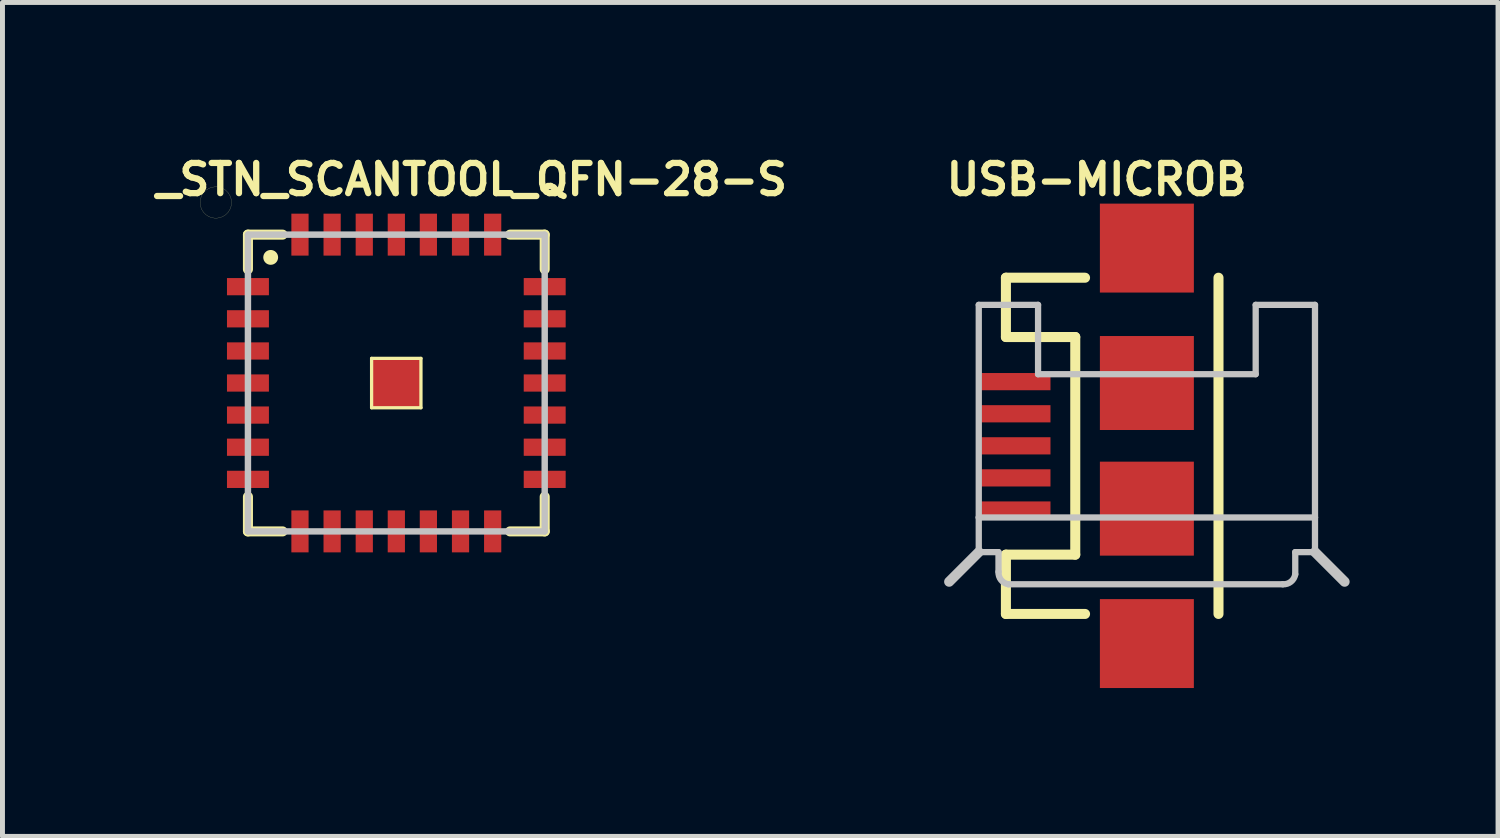
<source format=kicad_pcb>
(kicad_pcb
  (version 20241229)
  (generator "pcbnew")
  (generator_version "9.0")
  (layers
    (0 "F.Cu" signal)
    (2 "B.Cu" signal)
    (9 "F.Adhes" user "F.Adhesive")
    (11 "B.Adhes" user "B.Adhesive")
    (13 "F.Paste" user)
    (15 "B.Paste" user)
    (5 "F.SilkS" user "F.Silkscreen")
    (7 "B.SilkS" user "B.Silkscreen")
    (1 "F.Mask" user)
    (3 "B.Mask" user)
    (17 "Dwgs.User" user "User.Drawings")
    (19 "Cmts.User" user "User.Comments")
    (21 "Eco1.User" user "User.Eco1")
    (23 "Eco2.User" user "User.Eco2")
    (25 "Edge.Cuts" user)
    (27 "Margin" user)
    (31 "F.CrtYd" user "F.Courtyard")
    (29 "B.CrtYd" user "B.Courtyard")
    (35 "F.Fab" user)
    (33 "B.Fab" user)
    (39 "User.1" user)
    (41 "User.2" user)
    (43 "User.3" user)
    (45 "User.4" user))
  (footprint "_STN_SCANTOOL_QFN-28-S"
    (layer "F.Cu")
    (at 4.963 4.694)
    (property "Reference" "_STN_SCANTOOL_QFN-28-S" (at 1.524 -4.115 0) (layer "F.SilkS") (effects (font (size 0.61 0.61) (thickness 0.127))))
    (attr smd)
    (fp_line (start -3.967 -3.65) (end -3.96 -3.579) (stroke (width 0.003) (type solid)) (layer "F.SilkS"))
    (fp_line (start -3.96 -3.721) (end -3.967 -3.65) (stroke (width 0.003) (type solid)) (layer "F.SilkS"))
    (fp_line (start -3.96 -3.579) (end -3.937 -3.513) (stroke (width 0.003) (type solid)) (layer "F.SilkS"))
    (fp_line (start -3.937 -3.787) (end -3.96 -3.721) (stroke (width 0.003) (type solid)) (layer "F.SilkS"))
    (fp_line (start -3.937 -3.513) (end -3.899 -3.452) (stroke (width 0.003) (type solid)) (layer "F.SilkS"))
    (fp_line (start -3.899 -3.848) (end -3.937 -3.787) (stroke (width 0.003) (type solid)) (layer "F.SilkS"))
    (fp_line (start -3.899 -3.452) (end -3.848 -3.401) (stroke (width 0.003) (type solid)) (layer "F.SilkS"))
    (fp_line (start -3.848 -3.899) (end -3.899 -3.848) (stroke (width 0.003) (type solid)) (layer "F.SilkS"))
    (fp_line (start -3.848 -3.401) (end -3.787 -3.363) (stroke (width 0.003) (type solid)) (layer "F.SilkS"))
    (fp_line (start -3.787 -3.937) (end -3.848 -3.899) (stroke (width 0.003) (type solid)) (layer "F.SilkS"))
    (fp_line (start -3.787 -3.363) (end -3.721 -3.34) (stroke (width 0.003) (type solid)) (layer "F.SilkS"))
    (fp_line (start -3.721 -3.96) (end -3.787 -3.937) (stroke (width 0.003) (type solid)) (layer "F.SilkS"))
    (fp_line (start -3.721 -3.34) (end -3.65 -3.332) (stroke (width 0.003) (type solid)) (layer "F.SilkS"))
    (fp_line (start -3.65 -3.967) (end -3.721 -3.96) (stroke (width 0.003) (type solid)) (layer "F.SilkS"))
    (fp_line (start -3.65 -3.332) (end -3.579 -3.34) (stroke (width 0.003) (type solid)) (layer "F.SilkS"))
    (fp_line (start -3.579 -3.96) (end -3.65 -3.967) (stroke (width 0.003) (type solid)) (layer "F.SilkS"))
    (fp_line (start -3.579 -3.34) (end -3.513 -3.363) (stroke (width 0.003) (type solid)) (layer "F.SilkS"))
    (fp_line (start -3.513 -3.937) (end -3.579 -3.96) (stroke (width 0.003) (type solid)) (layer "F.SilkS"))
    (fp_line (start -3.513 -3.363) (end -3.452 -3.401) (stroke (width 0.003) (type solid)) (layer "F.SilkS"))
    (fp_line (start -3.452 -3.899) (end -3.513 -3.937) (stroke (width 0.003) (type solid)) (layer "F.SilkS"))
    (fp_line (start -3.452 -3.401) (end -3.401 -3.452) (stroke (width 0.003) (type solid)) (layer "F.SilkS"))
    (fp_line (start -3.401 -3.848) (end -3.452 -3.899) (stroke (width 0.003) (type solid)) (layer "F.SilkS"))
    (fp_line (start -3.401 -3.452) (end -3.363 -3.513) (stroke (width 0.003) (type solid)) (layer "F.SilkS"))
    (fp_line (start -3.363 -3.787) (end -3.401 -3.848) (stroke (width 0.003) (type solid)) (layer "F.SilkS"))
    (fp_line (start -3.363 -3.513) (end -3.34 -3.579) (stroke (width 0.003) (type solid)) (layer "F.SilkS"))
    (fp_line (start -3.34 -3.721) (end -3.363 -3.787) (stroke (width 0.003) (type solid)) (layer "F.SilkS"))
    (fp_line (start -3.34 -3.579) (end -3.332 -3.65) (stroke (width 0.003) (type solid)) (layer "F.SilkS"))
    (fp_line (start -3.332 -3.65) (end -3.34 -3.721) (stroke (width 0.003) (type solid)) (layer "F.SilkS"))
    (fp_line (start -3 -3) (end -2.299 -3) (stroke (width 0.203) (type solid)) (layer "F.SilkS"))
    (fp_line (start -3 -2.299) (end -3 -3) (stroke (width 0.203) (type solid)) (layer "F.SilkS"))
    (fp_line (start -3 3) (end -3 2.299) (stroke (width 0.203) (type solid)) (layer "F.SilkS"))
    (fp_line (start -2.299 3) (end -3 3) (stroke (width 0.203) (type solid)) (layer "F.SilkS"))
    (fp_line (start -0.5 -0.498) (end 0.498 -0.498) (stroke (width 0.066) (type solid)) (layer "F.SilkS"))
    (fp_line (start -0.5 0.5) (end -0.5 -0.498) (stroke (width 0.066) (type solid)) (layer "F.SilkS"))
    (fp_line (start -0.5 0.5) (end 0.498 0.5) (stroke (width 0.066) (type solid)) (layer "F.SilkS"))
    (fp_line (start 0.498 0.5) (end 0.498 -0.498) (stroke (width 0.066) (type solid)) (layer "F.SilkS"))
    (fp_line (start 2.299 -3) (end 3 -3) (stroke (width 0.203) (type solid)) (layer "F.SilkS"))
    (fp_line (start 3 -3) (end 3 -2.299) (stroke (width 0.203) (type solid)) (layer "F.SilkS"))
    (fp_line (start 3 2.299) (end 3 3) (stroke (width 0.203) (type solid)) (layer "F.SilkS"))
    (fp_line (start 3 3) (end 2.299 3) (stroke (width 0.203) (type solid)) (layer "F.SilkS"))
    (fp_circle (center -2.54 -2.54) (end -2.54 -2.69) (stroke (width 0) (type solid)) (fill yes) (layer "F.SilkS"))
    (fp_line (start -3 -3) (end -3 3) (stroke (width 0.13) (type solid)) (layer "Dwgs.User"))
    (fp_line (start -3 3) (end 3 3) (stroke (width 0.13) (type solid)) (layer "Dwgs.User"))
    (fp_line (start 3 -3) (end -3 -3) (stroke (width 0.13) (type solid)) (layer "Dwgs.User"))
    (fp_line (start 3 3) (end 3 -3) (stroke (width 0.13) (type solid)) (layer "Dwgs.User"))
    (fp_line (start -2.339 -2.37) (end 2.36 -2.37) (stroke (width 0.066) (type solid)) (layer "Eco2.User"))
    (fp_line (start -2.339 2.329) (end -2.339 -2.37) (stroke (width 0.066) (type solid)) (layer "Eco2.User"))
    (fp_line (start -2.339 2.329) (end 2.36 2.329) (stroke (width 0.066) (type solid)) (layer "Eco2.User"))
    (fp_line (start 2.36 2.329) (end 2.36 -2.37) (stroke (width 0.066) (type solid)) (layer "Eco2.User"))
    (pad "1" smd rect (at -3 -1.948) (size 0.848 0.348) (layers "F.Cu" "F.Mask" "F.Paste"))
    (pad "2" smd rect (at -3 -1.298) (size 0.848 0.348) (layers "F.Cu" "F.Mask" "F.Paste"))
    (pad "3" smd rect (at -3 -0.648) (size 0.848 0.348) (layers "F.Cu" "F.Mask" "F.Paste"))
    (pad "4" smd rect (at -3 0) (size 0.848 0.348) (layers "F.Cu" "F.Mask" "F.Paste"))
    (pad "5" smd rect (at -3 0.648) (size 0.848 0.348) (layers "F.Cu" "F.Mask" "F.Paste"))
    (pad "6" smd rect (at -3 1.298) (size 0.848 0.348) (layers "F.Cu" "F.Mask" "F.Paste"))
    (pad "7" smd rect (at -3 1.948) (size 0.848 0.348) (layers "F.Cu" "F.Mask" "F.Paste"))
    (pad "8" smd rect (at -1.948 3) (size 0.348 0.848) (layers "F.Cu" "F.Mask" "F.Paste"))
    (pad "9" smd rect (at -1.298 3) (size 0.348 0.848) (layers "F.Cu" "F.Mask" "F.Paste"))
    (pad "10" smd rect (at -0.648 3) (size 0.348 0.848) (layers "F.Cu" "F.Mask" "F.Paste"))
    (pad "11" smd rect (at 0 3) (size 0.348 0.848) (layers "F.Cu" "F.Mask" "F.Paste"))
    (pad "12" smd rect (at 0.648 3) (size 0.348 0.848) (layers "F.Cu" "F.Mask" "F.Paste"))
    (pad "13" smd rect (at 1.298 3) (size 0.348 0.848) (layers "F.Cu" "F.Mask" "F.Paste"))
    (pad "14" smd rect (at 1.948 3) (size 0.348 0.848) (layers "F.Cu" "F.Mask" "F.Paste"))
    (pad "15" smd rect (at 3 1.948) (size 0.848 0.348) (layers "F.Cu" "F.Mask" "F.Paste"))
    (pad "16" smd rect (at 3 1.298) (size 0.848 0.348) (layers "F.Cu" "F.Mask" "F.Paste"))
    (pad "17" smd rect (at 3 0.648) (size 0.848 0.348) (layers "F.Cu" "F.Mask" "F.Paste"))
    (pad "18" smd rect (at 3 0) (size 0.848 0.348) (layers "F.Cu" "F.Mask" "F.Paste"))
    (pad "19" smd rect (at 3 -0.648) (size 0.848 0.348) (layers "F.Cu" "F.Mask" "F.Paste"))
    (pad "20" smd rect (at 3 -1.298) (size 0.848 0.348) (layers "F.Cu" "F.Mask" "F.Paste"))
    (pad "21" smd rect (at 3 -1.948) (size 0.848 0.348) (layers "F.Cu" "F.Mask" "F.Paste"))
    (pad "22" smd rect (at 1.948 -3) (size 0.348 0.848) (layers "F.Cu" "F.Mask" "F.Paste"))
    (pad "23" smd rect (at 1.298 -3) (size 0.348 0.848) (layers "F.Cu" "F.Mask" "F.Paste"))
    (pad "24" smd rect (at 0.648 -3) (size 0.348 0.848) (layers "F.Cu" "F.Mask" "F.Paste"))
    (pad "25" smd rect (at 0 -3) (size 0.348 0.848) (layers "F.Cu" "F.Mask" "F.Paste"))
    (pad "26" smd rect (at -0.648 -3) (size 0.348 0.848) (layers "F.Cu" "F.Mask" "F.Paste"))
    (pad "27" smd rect (at -1.298 -3) (size 0.348 0.848) (layers "F.Cu" "F.Mask" "F.Paste"))
    (pad "28" smd rect (at -1.948 -3) (size 0.348 0.848) (layers "F.Cu" "F.Mask" "F.Paste"))
    (pad "EXP" smd rect (at 0 0) (size 0.998 0.998) (layers "F.Cu" "F.Mask" "F.Paste")))
  (footprint "USB-MICROB"
    (layer "F.Cu")
    (at 20.138 5.964)
    (property "Reference" "USB-MICROB" (at -1.016 -5.385 0) (layer "F.SilkS") (effects (font (size 0.61 0.61) (thickness 0.127))))
    (attr smd)
    (fp_line (start -2.85 -3.399) (end -2.85 -2.2) (stroke (width 0.203) (type solid)) (layer "F.SilkS"))
    (fp_line (start -2.85 2.2) (end -1.448 2.2) (stroke (width 0.203) (type solid)) (layer "F.SilkS"))
    (fp_line (start -2.85 3.399) (end -2.85 2.2) (stroke (width 0.203) (type solid)) (layer "F.SilkS"))
    (fp_line (start -1.448 -2.2) (end -2.85 -2.2) (stroke (width 0.203) (type solid)) (layer "F.SilkS"))
    (fp_line (start -1.448 2.2) (end -1.448 -2.2) (stroke (width 0.203) (type solid)) (layer "F.SilkS"))
    (fp_line (start -1.25 -3.399) (end -2.85 -3.399) (stroke (width 0.203) (type solid)) (layer "F.SilkS"))
    (fp_line (start -1.25 3.399) (end -2.85 3.399) (stroke (width 0.203) (type solid)) (layer "F.SilkS"))
    (fp_line (start 1.448 3.399) (end 1.448 -3.399) (stroke (width 0.203) (type solid)) (layer "F.SilkS"))
    (fp_line (start -3.399 -2.85) (end -2.2 -2.85) (stroke (width 0.127) (type solid)) (layer "Dwgs.User"))
    (fp_line (start -3.399 1.448) (end -3.399 -2.85) (stroke (width 0.127) (type solid)) (layer "Dwgs.User"))
    (fp_line (start -3.399 1.448) (end 3.399 1.448) (stroke (width 0.127) (type solid)) (layer "Dwgs.User"))
    (fp_line (start -3.399 2.149) (end -3.998 2.748) (stroke (width 0.203) (type solid)) (layer "Dwgs.User"))
    (fp_line (start -3.399 2.149) (end -3.399 1.448) (stroke (width 0.127) (type solid)) (layer "Dwgs.User"))
    (fp_line (start -3.399 2.149) (end -3 2.149) (stroke (width 0.127) (type solid)) (layer "Dwgs.User"))
    (fp_line (start -3 2.149) (end -3 2.548) (stroke (width 0.127) (type solid)) (layer "Dwgs.User"))
    (fp_line (start -2.799 2.799) (end 2.748 2.799) (stroke (width 0.127) (type solid)) (layer "Dwgs.User"))
    (fp_line (start -2.2 -1.448) (end -2.2 -2.85) (stroke (width 0.127) (type solid)) (layer "Dwgs.User"))
    (fp_line (start -2.2 -1.448) (end 2.2 -1.448) (stroke (width 0.127) (type solid)) (layer "Dwgs.User"))
    (fp_line (start 2.2 -1.448) (end 2.2 -2.85) (stroke (width 0.127) (type solid)) (layer "Dwgs.User"))
    (fp_line (start 3 2.149) (end 3.399 2.149) (stroke (width 0.127) (type solid)) (layer "Dwgs.User"))
    (fp_line (start 3 2.598) (end 3 2.149) (stroke (width 0.127) (type solid)) (layer "Dwgs.User"))
    (fp_line (start 3.399 -2.85) (end 2.2 -2.85) (stroke (width 0.127) (type solid)) (layer "Dwgs.User"))
    (fp_line (start 3.399 -2.85) (end 3.399 1.448) (stroke (width 0.127) (type solid)) (layer "Dwgs.User"))
    (fp_line (start 3.399 1.448) (end 3.399 2.149) (stroke (width 0.127) (type solid)) (layer "Dwgs.User"))
    (fp_line (start 3.399 2.149) (end 3.998 2.748) (stroke (width 0.203) (type solid)) (layer "Dwgs.User"))
    (fp_arc (start -2.79908 2.79908) (mid -2.948009 2.712097) (end -2.999764 2.547576) (stroke (width 0.127) (type solid)) (layer "Dwgs.User"))
    (fp_arc (start 2.99974 2.59842) (mid 2.912757 2.747349) (end 2.748236 2.799104) (stroke (width 0.127) (type solid)) (layer "Dwgs.User"))
    (pad "D+" smd rect (at -2.649 0 180) (size 1.4 0.348) (layers "F.Cu" "F.Mask" "F.Paste"))
    (pad "D-" smd rect (at -2.649 0.648 180) (size 1.4 0.348) (layers "F.Cu" "F.Mask" "F.Paste"))
    (pad "GND" smd rect (at -2.649 -1.298 180) (size 1.4 0.348) (layers "F.Cu" "F.Mask" "F.Paste"))
    (pad "ID" smd rect (at -2.649 -0.648 180) (size 1.4 0.348) (layers "F.Cu" "F.Mask" "F.Paste"))
    (pad "MT1" smd rect (at 0 3.998 90) (size 1.798 1.9) (layers "F.Cu" "F.Mask" "F.Paste"))
    (pad "MT2" smd rect (at 0 -3.998 90) (size 1.798 1.9) (layers "F.Cu" "F.Mask" "F.Paste"))
    (pad "P$1" smd rect (at 0 1.27 90) (size 1.9 1.9) (layers "F.Cu" "F.Mask" "F.Paste"))
    (pad "P$2" smd rect (at 0 -1.27 90) (size 1.9 1.9) (layers "F.Cu" "F.Mask" "F.Paste"))
    (pad "VBUS" smd rect (at -2.649 1.298 180) (size 1.4 0.348) (layers "F.Cu" "F.Mask" "F.Paste")))
  (gr_rect
    (start -3 -3)
    (end 27.238 13.861)
    (stroke (width 0.1) (type default))
    (fill no)
    (layer "Edge.Cuts")))
</source>
